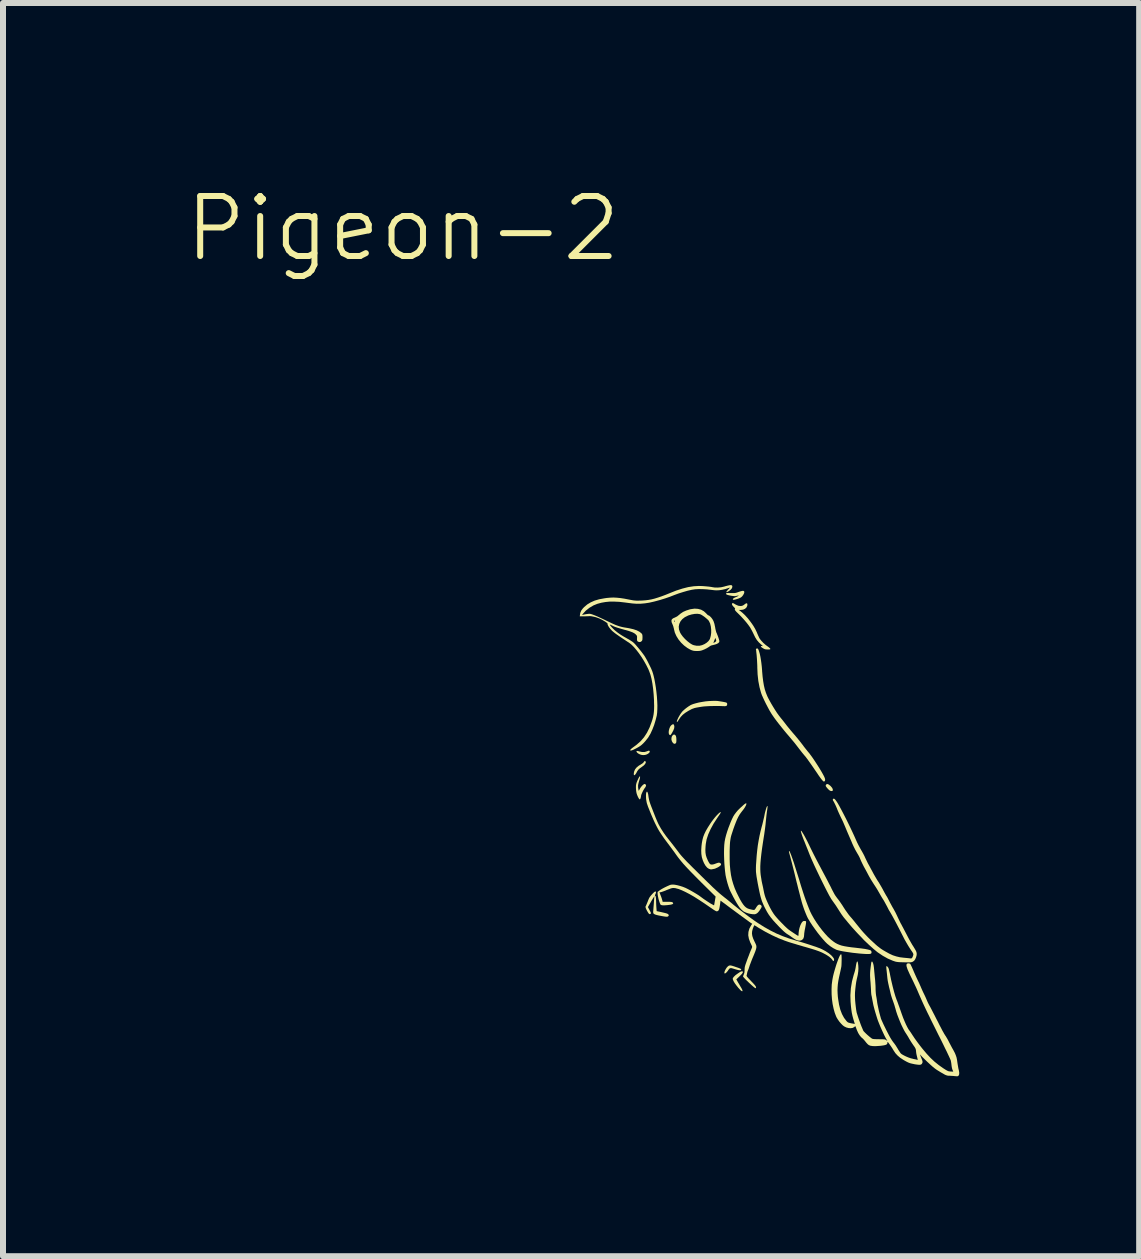
<source format=kicad_pcb>
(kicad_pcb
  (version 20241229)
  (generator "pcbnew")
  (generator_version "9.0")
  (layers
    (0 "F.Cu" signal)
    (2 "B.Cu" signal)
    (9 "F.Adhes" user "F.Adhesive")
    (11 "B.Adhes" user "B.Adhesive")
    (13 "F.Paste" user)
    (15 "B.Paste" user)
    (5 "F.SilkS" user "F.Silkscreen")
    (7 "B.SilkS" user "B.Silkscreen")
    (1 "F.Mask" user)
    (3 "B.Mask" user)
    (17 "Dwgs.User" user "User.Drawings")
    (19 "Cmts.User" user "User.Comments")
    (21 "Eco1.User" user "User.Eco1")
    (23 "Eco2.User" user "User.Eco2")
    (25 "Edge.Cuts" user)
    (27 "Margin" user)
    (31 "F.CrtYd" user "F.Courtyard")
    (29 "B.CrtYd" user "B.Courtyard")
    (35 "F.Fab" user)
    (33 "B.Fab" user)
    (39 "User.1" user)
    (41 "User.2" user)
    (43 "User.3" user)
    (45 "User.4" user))
  (footprint "Pigeon-2"
    (layer "F.Cu")
    (at 10.019 10.286)
    (property "Reference" "Pigeon-2" (at -6.35 -9.525 0) (unlocked yes) (layer "F.SilkS") (effects (font (size 1 1) (thickness 0.1))))
    (attr smd)
    (fp_poly (pts (xy 0.711 -0.26) (xy 0.702 -0.248) (xy 0.698 -0.237) (xy 0.701 -0.226) (xy 0.711 -0.212) (xy 0.715 -0.206) (xy 0.732 -0.186) (xy 0.75 -0.168) (xy 0.756 -0.162) (xy 0.776 -0.15) (xy 0.795 -0.146) (xy 0.81 -0.148) (xy 0.817 -0.158) (xy 0.816 -0.179) (xy 0.803 -0.203) (xy 0.78 -0.23) (xy 0.773 -0.236) (xy 0.747 -0.256) (xy 0.727 -0.264)) (stroke (width 0) (type solid)) (fill yes) (layer "F.SilkS"))
    (fp_poly (pts (xy -1.847 -1.261) (xy -1.861 -1.255) (xy -1.864 -1.253) (xy -1.881 -1.239) (xy -1.896 -1.218) (xy -1.907 -1.192) (xy -1.915 -1.164) (xy -1.919 -1.137) (xy -1.919 -1.112) (xy -1.913 -1.092) (xy -1.903 -1.081) (xy -1.893 -1.078) (xy -1.887 -1.083) (xy -1.876 -1.097) (xy -1.866 -1.113) (xy -1.843 -1.155) (xy -1.829 -1.19) (xy -1.825 -1.219) (xy -1.829 -1.243) (xy -1.841 -1.262)) (stroke (width 0) (type solid)) (fill yes) (layer "F.SilkS"))
    (fp_poly (pts (xy -1.843 -1.084) (xy -1.849 -1.08) (xy -1.865 -1.061) (xy -1.873 -1.034) (xy -1.874 -1.005) (xy -1.866 -0.976) (xy -1.851 -0.952) (xy -1.85 -0.951) (xy -1.836 -0.938) (xy -1.826 -0.934) (xy -1.815 -0.936) (xy -1.811 -0.937) (xy -1.801 -0.943) (xy -1.795 -0.953) (xy -1.792 -0.971) (xy -1.791 -0.998) (xy -1.791 -1) (xy -1.793 -1.036) (xy -1.798 -1.061) (xy -1.808 -1.078) (xy -1.818 -1.085) (xy -1.83 -1.089)) (stroke (width 0) (type solid)) (fill yes) (layer "F.SilkS"))
    (fp_poly (pts (xy -2.263 -0.817) (xy -2.279 -0.81) (xy -2.318 -0.798) (xy -2.362 -0.797) (xy -2.406 -0.806) (xy -2.428 -0.812) (xy -2.446 -0.815) (xy -2.454 -0.814) (xy -2.454 -0.814) (xy -2.457 -0.804) (xy -2.449 -0.791) (xy -2.434 -0.777) (xy -2.413 -0.764) (xy -2.389 -0.754) (xy -2.367 -0.748) (xy -2.342 -0.746) (xy -2.317 -0.748) (xy -2.311 -0.749) (xy -2.283 -0.758) (xy -2.26 -0.771) (xy -2.243 -0.786) (xy -2.235 -0.801) (xy -2.237 -0.814) (xy -2.247 -0.82)) (stroke (width 0) (type solid)) (fill yes) (layer "F.SilkS"))
    (fp_poly (pts (xy -2.329 -0.64) (xy -2.333 -0.632) (xy -2.344 -0.618) (xy -2.363 -0.603) (xy -2.373 -0.597) (xy -2.42 -0.568) (xy -2.455 -0.539) (xy -2.48 -0.508) (xy -2.495 -0.473) (xy -2.499 -0.455) (xy -2.502 -0.428) (xy -2.498 -0.413) (xy -2.49 -0.41) (xy -2.479 -0.419) (xy -2.464 -0.439) (xy -2.459 -0.448) (xy -2.442 -0.48) (xy -2.424 -0.504) (xy -2.401 -0.525) (xy -2.371 -0.546) (xy -2.369 -0.548) (xy -2.335 -0.573) (xy -2.313 -0.597) (xy -2.302 -0.619) (xy -2.301 -0.63) (xy -2.308 -0.644) (xy -2.318 -0.647)) (stroke (width 0) (type solid)) (fill yes) (layer "F.SilkS"))
    (fp_poly (pts (xy -0.712 2.862) (xy -0.735 2.874) (xy -0.765 2.894) (xy -0.805 2.923) (xy -0.832 2.949) (xy -0.848 2.97) (xy -0.852 2.984) (xy -0.847 3.003) (xy -0.835 3.029) (xy -0.816 3.06) (xy -0.791 3.094) (xy -0.763 3.129) (xy -0.763 3.13) (xy -0.736 3.159) (xy -0.717 3.179) (xy -0.703 3.189) (xy -0.694 3.192) (xy -0.69 3.189) (xy -0.689 3.177) (xy -0.697 3.158) (xy -0.71 3.134) (xy -0.72 3.118) (xy -0.734 3.094) (xy -0.75 3.066) (xy -0.759 3.052) (xy -0.792 2.994) (xy -0.735 2.939) (xy -0.707 2.911) (xy -0.69 2.89) (xy -0.682 2.874) (xy -0.683 2.865) (xy -0.694 2.859) (xy -0.698 2.859)) (stroke (width 0) (type solid)) (fill yes) (layer "F.SilkS"))
    (fp_poly (pts (xy -0.905 2.762) (xy -0.916 2.766) (xy -0.919 2.767) (xy -0.935 2.779) (xy -0.953 2.799) (xy -0.969 2.824) (xy -0.982 2.849) (xy -0.99 2.872) (xy -0.991 2.879) (xy -0.989 2.893) (xy -0.982 2.896) (xy -0.969 2.889) (xy -0.962 2.884) (xy -0.95 2.871) (xy -0.934 2.852) (xy -0.925 2.838) (xy -0.913 2.821) (xy -0.901 2.81) (xy -0.888 2.806) (xy -0.87 2.807) (xy -0.845 2.814) (xy -0.823 2.821) (xy -0.782 2.833) (xy -0.752 2.84) (xy -0.732 2.842) (xy -0.718 2.84) (xy -0.714 2.836) (xy -0.71 2.83) (xy -0.711 2.824) (xy -0.719 2.818) (xy -0.734 2.811) (xy -0.759 2.801) (xy -0.792 2.79) (xy -0.83 2.777) (xy -0.858 2.768) (xy -0.878 2.763) (xy -0.893 2.761)) (stroke (width 0) (type solid)) (fill yes) (layer "F.SilkS"))
    (fp_poly (pts (xy -0.701 -3.482) (xy -0.73 -3.474) (xy -0.754 -3.466) (xy -0.779 -3.457) (xy -0.799 -3.451) (xy -0.818 -3.448) (xy -0.841 -3.447) (xy -0.872 -3.447) (xy -0.885 -3.447) (xy -0.917 -3.448) (xy -0.939 -3.448) (xy -0.953 -3.447) (xy -0.96 -3.444) (xy -0.963 -3.439) (xy -0.963 -3.438) (xy -0.961 -3.429) (xy -0.952 -3.422) (xy -0.933 -3.415) (xy -0.904 -3.408) (xy -0.873 -3.402) (xy -0.844 -3.398) (xy -0.822 -3.396) (xy -0.803 -3.397) (xy -0.783 -3.402) (xy -0.782 -3.402) (xy -0.761 -3.406) (xy -0.753 -3.406) (xy -0.756 -3.401) (xy -0.771 -3.393) (xy -0.797 -3.381) (xy -0.799 -3.38) (xy -0.827 -3.367) (xy -0.844 -3.356) (xy -0.85 -3.347) (xy -0.849 -3.341) (xy -0.845 -3.337) (xy -0.839 -3.335) (xy -0.828 -3.336) (xy -0.809 -3.34) (xy -0.784 -3.347) (xy -0.756 -3.356) (xy -0.73 -3.367) (xy -0.713 -3.376) (xy -0.695 -3.392) (xy -0.679 -3.413) (xy -0.666 -3.436) (xy -0.659 -3.457) (xy -0.66 -3.472) (xy -0.66 -3.474) (xy -0.668 -3.482) (xy -0.681 -3.485)) (stroke (width 0) (type solid)) (fill yes) (layer "F.SilkS"))
    (fp_poly (pts (xy -2.411 -0.381) (xy -2.424 -0.358) (xy -2.44 -0.323) (xy -2.442 -0.319) (xy -2.454 -0.289) (xy -2.461 -0.265) (xy -2.465 -0.242) (xy -2.466 -0.214) (xy -2.466 -0.211) (xy -2.465 -0.18) (xy -2.462 -0.149) (xy -2.458 -0.124) (xy -2.458 -0.124) (xy -2.452 -0.099) (xy -2.442 -0.072) (xy -2.431 -0.047) (xy -2.419 -0.025) (xy -2.409 -0.011) (xy -2.403 -0.007) (xy -2.395 -0.012) (xy -2.388 -0.027) (xy -2.387 -0.031) (xy -2.382 -0.051) (xy -2.38 -0.068) (xy -2.38 -0.069) (xy -2.377 -0.083) (xy -2.368 -0.105) (xy -2.357 -0.13) (xy -2.344 -0.156) (xy -2.331 -0.178) (xy -2.324 -0.189) (xy -2.307 -0.212) (xy -2.299 -0.23) (xy -2.297 -0.243) (xy -2.3 -0.251) (xy -2.312 -0.262) (xy -2.322 -0.265) (xy -2.335 -0.259) (xy -2.352 -0.246) (xy -2.371 -0.226) (xy -2.388 -0.204) (xy -2.402 -0.181) (xy -2.403 -0.179) (xy -2.411 -0.163) (xy -2.418 -0.153) (xy -2.419 -0.152) (xy -2.422 -0.158) (xy -2.425 -0.174) (xy -2.428 -0.197) (xy -2.429 -0.2) (xy -2.43 -0.224) (xy -2.43 -0.243) (xy -2.426 -0.264) (xy -2.42 -0.289) (xy -2.412 -0.316) (xy -2.401 -0.353) (xy -2.397 -0.377) (xy -2.397 -0.39) (xy -2.402 -0.392)) (stroke (width 0) (type solid)) (fill yes) (layer "F.SilkS"))
    (fp_poly (pts (xy -1.222 -1.648) (xy -1.246 -1.647) (xy -1.302 -1.642) (xy -1.359 -1.633) (xy -1.415 -1.623) (xy -1.467 -1.61) (xy -1.512 -1.597) (xy -1.547 -1.583) (xy -1.558 -1.577) (xy -1.596 -1.553) (xy -1.634 -1.525) (xy -1.667 -1.497) (xy -1.694 -1.471) (xy -1.701 -1.462) (xy -1.723 -1.432) (xy -1.742 -1.401) (xy -1.759 -1.371) (xy -1.772 -1.343) (xy -1.781 -1.321) (xy -1.784 -1.305) (xy -1.782 -1.297) (xy -1.779 -1.297) (xy -1.774 -1.302) (xy -1.763 -1.316) (xy -1.751 -1.336) (xy -1.748 -1.34) (xy -1.719 -1.382) (xy -1.685 -1.418) (xy -1.643 -1.451) (xy -1.592 -1.483) (xy -1.583 -1.488) (xy -1.556 -1.502) (xy -1.534 -1.514) (xy -1.512 -1.522) (xy -1.49 -1.53) (xy -1.464 -1.536) (xy -1.432 -1.542) (xy -1.39 -1.549) (xy -1.371 -1.552) (xy -1.334 -1.557) (xy -1.288 -1.56) (xy -1.234 -1.563) (xy -1.177 -1.564) (xy -1.119 -1.565) (xy -1.062 -1.564) (xy -1.012 -1.562) (xy -1.009 -1.562) (xy -0.979 -1.561) (xy -0.959 -1.566) (xy -0.948 -1.575) (xy -0.944 -1.592) (xy -0.944 -1.594) (xy -0.945 -1.604) (xy -0.947 -1.611) (xy -0.952 -1.617) (xy -0.962 -1.623) (xy -0.979 -1.627) (xy -1.003 -1.632) (xy -1.037 -1.638) (xy -1.082 -1.645) (xy -1.102 -1.648) (xy -1.132 -1.65) (xy -1.172 -1.65)) (stroke (width 0) (type solid)) (fill yes) (layer "F.SilkS"))
    (fp_poly (pts (xy -1.064 0.209) (xy -1.08 0.221) (xy -1.1 0.24) (xy -1.124 0.265) (xy -1.15 0.295) (xy -1.176 0.328) (xy -1.203 0.364) (xy -1.228 0.4) (xy -1.268 0.463) (xy -1.3 0.518) (xy -1.325 0.57) (xy -1.344 0.619) (xy -1.357 0.669) (xy -1.367 0.723) (xy -1.373 0.774) (xy -1.377 0.842) (xy -1.375 0.902) (xy -1.367 0.956) (xy -1.351 1.008) (xy -1.331 1.055) (xy -1.306 1.098) (xy -1.278 1.131) (xy -1.248 1.151) (xy -1.217 1.16) (xy -1.202 1.159) (xy -1.148 1.148) (xy -1.1 1.126) (xy -1.088 1.119) (xy -1.062 1.101) (xy -1.048 1.085) (xy -1.046 1.072) (xy -1.054 1.059) (xy -1.057 1.057) (xy -1.071 1.049) (xy -1.09 1.048) (xy -1.114 1.055) (xy -1.141 1.065) (xy -1.166 1.074) (xy -1.191 1.079) (xy -1.197 1.079) (xy -1.213 1.079) (xy -1.226 1.074) (xy -1.238 1.062) (xy -1.25 1.043) (xy -1.266 1.013) (xy -1.268 1.008) (xy -1.286 0.966) (xy -1.299 0.925) (xy -1.306 0.882) (xy -1.308 0.834) (xy -1.305 0.777) (xy -1.301 0.736) (xy -1.287 0.658) (xy -1.26 0.576) (xy -1.221 0.489) (xy -1.171 0.397) (xy -1.111 0.305) (xy -1.091 0.275) (xy -1.073 0.249) (xy -1.06 0.228) (xy -1.052 0.215) (xy -1.05 0.211) (xy -1.054 0.205)) (stroke (width 0) (type solid)) (fill yes) (layer "F.SilkS"))
    (fp_poly (pts (xy -0.864 -3.272) (xy -0.865 -3.263) (xy -0.86 -3.247) (xy -0.845 -3.227) (xy -0.835 -3.217) (xy -0.821 -3.202) (xy -0.813 -3.19) (xy -0.812 -3.185) (xy -0.818 -3.178) (xy -0.816 -3.168) (xy -0.807 -3.153) (xy -0.788 -3.132) (xy -0.76 -3.105) (xy -0.759 -3.104) (xy -0.715 -3.06) (xy -0.67 -3.011) (xy -0.626 -2.96) (xy -0.588 -2.911) (xy -0.563 -2.876) (xy -0.548 -2.85) (xy -0.53 -2.817) (xy -0.513 -2.783) (xy -0.504 -2.764) (xy -0.477 -2.709) (xy -0.449 -2.664) (xy -0.417 -2.626) (xy -0.382 -2.593) (xy -0.362 -2.577) (xy -0.353 -2.567) (xy -0.351 -2.563) (xy -0.357 -2.563) (xy -0.362 -2.564) (xy -0.377 -2.565) (xy -0.383 -2.56) (xy -0.378 -2.55) (xy -0.364 -2.538) (xy -0.347 -2.527) (xy -0.325 -2.515) (xy -0.305 -2.509) (xy -0.28 -2.507) (xy -0.267 -2.507) (xy -0.243 -2.507) (xy -0.23 -2.509) (xy -0.225 -2.513) (xy -0.225 -2.518) (xy -0.231 -2.527) (xy -0.246 -2.54) (xy -0.266 -2.556) (xy -0.273 -2.56) (xy -0.307 -2.586) (xy -0.342 -2.617) (xy -0.373 -2.65) (xy -0.398 -2.681) (xy -0.41 -2.701) (xy -0.418 -2.719) (xy -0.43 -2.745) (xy -0.443 -2.775) (xy -0.451 -2.795) (xy -0.477 -2.849) (xy -0.512 -2.908) (xy -0.553 -2.966) (xy -0.597 -3.023) (xy -0.644 -3.075) (xy -0.69 -3.119) (xy -0.723 -3.146) (xy -0.75 -3.166) (xy -0.717 -3.166) (xy -0.679 -3.171) (xy -0.647 -3.185) (xy -0.623 -3.207) (xy -0.61 -3.234) (xy -0.607 -3.254) (xy -0.61 -3.272) (xy -0.62 -3.278) (xy -0.635 -3.273) (xy -0.65 -3.262) (xy -0.681 -3.24) (xy -0.713 -3.231) (xy -0.748 -3.234) (xy -0.76 -3.237) (xy -0.785 -3.247) (xy -0.809 -3.259) (xy -0.818 -3.265) (xy -0.841 -3.278) (xy -0.856 -3.28)) (stroke (width 0) (type solid)) (fill yes) (layer "F.SilkS"))
    (fp_poly (pts (xy -2.153 1.533) (xy -2.168 1.545) (xy -2.186 1.563) (xy -2.205 1.584) (xy -2.223 1.605) (xy -2.236 1.623) (xy -2.239 1.627) (xy -2.248 1.644) (xy -2.259 1.669) (xy -2.27 1.698) (xy -2.274 1.707) (xy -2.284 1.732) (xy -2.293 1.753) (xy -2.299 1.767) (xy -2.301 1.769) (xy -2.306 1.78) (xy -2.305 1.796) (xy -2.297 1.818) (xy -2.283 1.846) (xy -2.266 1.876) (xy -2.253 1.895) (xy -2.242 1.905) (xy -2.232 1.906) (xy -2.224 1.902) (xy -2.218 1.897) (xy -2.216 1.891) (xy -2.218 1.881) (xy -2.225 1.865) (xy -2.238 1.841) (xy -2.238 1.84) (xy -2.266 1.788) (xy -2.222 1.712) (xy -2.205 1.682) (xy -2.189 1.656) (xy -2.175 1.633) (xy -2.164 1.617) (xy -2.157 1.607) (xy -2.156 1.607) (xy -2.157 1.611) (xy -2.159 1.619) (xy -2.161 1.639) (xy -2.163 1.667) (xy -2.166 1.7) (xy -2.167 1.723) (xy -2.17 1.762) (xy -2.173 1.798) (xy -2.175 1.828) (xy -2.177 1.85) (xy -2.178 1.857) (xy -2.178 1.876) (xy -2.175 1.892) (xy -2.164 1.903) (xy -2.146 1.912) (xy -2.117 1.921) (xy -2.082 1.929) (xy -2.034 1.938) (xy -1.999 1.944) (xy -1.972 1.948) (xy -1.953 1.949) (xy -1.94 1.948) (xy -1.932 1.945) (xy -1.928 1.942) (xy -1.918 1.929) (xy -1.92 1.918) (xy -1.927 1.909) (xy -1.934 1.903) (xy -1.945 1.898) (xy -1.961 1.892) (xy -1.985 1.886) (xy -2.019 1.878) (xy -2.053 1.87) (xy -2.12 1.856) (xy -2.124 1.807) (xy -2.126 1.776) (xy -2.128 1.739) (xy -2.129 1.703) (xy -2.129 1.697) (xy -2.131 1.654) (xy -2.134 1.624) (xy -2.139 1.605) (xy -2.145 1.599) (xy -2.147 1.599) (xy -2.15 1.595) (xy -2.145 1.582) (xy -2.141 1.574) (xy -2.132 1.551) (xy -2.132 1.535) (xy -2.14 1.528) (xy -2.144 1.528)) (stroke (width 0) (type solid)) (fill yes) (layer "F.SilkS"))
    (fp_poly (pts (xy 0.085 0.857) (xy 0.087 0.87) (xy 0.092 0.894) (xy 0.102 0.929) (xy 0.105 0.94) (xy 0.112 0.967) (xy 0.122 1.005) (xy 0.134 1.05) (xy 0.147 1.102) (xy 0.161 1.157) (xy 0.175 1.213) (xy 0.181 1.237) (xy 0.198 1.308) (xy 0.213 1.37) (xy 0.227 1.424) (xy 0.239 1.474) (xy 0.252 1.523) (xy 0.265 1.574) (xy 0.279 1.629) (xy 0.296 1.692) (xy 0.296 1.694) (xy 0.31 1.741) (xy 0.327 1.793) (xy 0.346 1.846) (xy 0.366 1.896) (xy 0.385 1.941) (xy 0.403 1.978) (xy 0.407 1.984) (xy 0.439 2.038) (xy 0.477 2.096) (xy 0.519 2.155) (xy 0.562 2.214) (xy 0.607 2.271) (xy 0.65 2.322) (xy 0.69 2.367) (xy 0.726 2.402) (xy 0.729 2.404) (xy 0.776 2.442) (xy 0.824 2.473) (xy 0.871 2.497) (xy 0.88 2.501) (xy 0.908 2.509) (xy 0.945 2.518) (xy 0.99 2.527) (xy 1.04 2.535) (xy 1.095 2.543) (xy 1.151 2.551) (xy 1.208 2.557) (xy 1.263 2.563) (xy 1.314 2.567) (xy 1.36 2.57) (xy 1.399 2.571) (xy 1.429 2.57) (xy 1.447 2.567) (xy 1.449 2.566) (xy 1.46 2.557) (xy 1.463 2.54) (xy 1.458 2.521) (xy 1.449 2.511) (xy 1.429 2.503) (xy 1.397 2.495) (xy 1.353 2.486) (xy 1.295 2.478) (xy 1.225 2.47) (xy 1.202 2.467) (xy 1.128 2.459) (xy 1.065 2.45) (xy 1.012 2.441) (xy 0.967 2.431) (xy 0.928 2.418) (xy 0.892 2.403) (xy 0.859 2.385) (xy 0.827 2.363) (xy 0.793 2.337) (xy 0.78 2.326) (xy 0.736 2.285) (xy 0.689 2.234) (xy 0.64 2.176) (xy 0.592 2.113) (xy 0.546 2.048) (xy 0.504 1.982) (xy 0.468 1.919) (xy 0.441 1.865) (xy 0.421 1.817) (xy 0.398 1.759) (xy 0.373 1.693) (xy 0.348 1.623) (xy 0.324 1.551) (xy 0.301 1.479) (xy 0.286 1.432) (xy 0.252 1.318) (xy 0.22 1.217) (xy 0.192 1.128) (xy 0.168 1.051) (xy 0.146 0.987) (xy 0.128 0.936) (xy 0.113 0.897) (xy 0.102 0.871) (xy 0.094 0.857) (xy 0.094 0.857) (xy 0.088 0.853)) (stroke (width 0) (type solid)) (fill yes) (layer "F.SilkS"))
    (fp_poly (pts (xy -0.647 0.066) (xy -0.669 0.083) (xy -0.684 0.097) (xy -0.727 0.136) (xy -0.763 0.171) (xy -0.793 0.206) (xy -0.819 0.24) (xy -0.843 0.278) (xy -0.864 0.321) (xy -0.886 0.371) (xy -0.909 0.431) (xy -0.922 0.464) (xy -0.945 0.531) (xy -0.963 0.59) (xy -0.977 0.645) (xy -0.987 0.698) (xy -0.993 0.753) (xy -0.996 0.814) (xy -0.997 0.884) (xy -0.997 0.893) (xy -0.996 0.945) (xy -0.994 1.004) (xy -0.991 1.064) (xy -0.986 1.124) (xy -0.981 1.179) (xy -0.975 1.227) (xy -0.971 1.258) (xy -0.962 1.3) (xy -0.951 1.346) (xy -0.938 1.394) (xy -0.924 1.439) (xy -0.911 1.477) (xy -0.905 1.493) (xy -0.894 1.518) (xy -0.878 1.55) (xy -0.86 1.585) (xy -0.845 1.615) (xy -0.812 1.675) (xy -0.783 1.725) (xy -0.758 1.765) (xy -0.736 1.797) (xy -0.715 1.822) (xy -0.694 1.842) (xy -0.673 1.859) (xy -0.659 1.867) (xy -0.629 1.881) (xy -0.594 1.893) (xy -0.556 1.902) (xy -0.52 1.907) (xy -0.489 1.908) (xy -0.472 1.905) (xy -0.453 1.896) (xy -0.437 1.884) (xy -0.422 1.868) (xy -0.405 1.846) (xy -0.39 1.823) (xy -0.377 1.802) (xy -0.37 1.785) (xy -0.369 1.78) (xy -0.375 1.762) (xy -0.39 1.75) (xy -0.406 1.746) (xy -0.422 1.75) (xy -0.438 1.763) (xy -0.456 1.787) (xy -0.464 1.801) (xy -0.476 1.819) (xy -0.487 1.832) (xy -0.492 1.835) (xy -0.504 1.836) (xy -0.525 1.833) (xy -0.551 1.827) (xy -0.576 1.821) (xy -0.598 1.813) (xy -0.607 1.809) (xy -0.631 1.794) (xy -0.655 1.772) (xy -0.678 1.744) (xy -0.703 1.707) (xy -0.73 1.66) (xy -0.759 1.603) (xy -0.788 1.545) (xy -0.819 1.473) (xy -0.844 1.401) (xy -0.865 1.329) (xy -0.881 1.253) (xy -0.892 1.172) (xy -0.9 1.084) (xy -0.903 0.987) (xy -0.903 0.88) (xy -0.903 0.852) (xy -0.901 0.793) (xy -0.899 0.744) (xy -0.896 0.702) (xy -0.891 0.666) (xy -0.885 0.63) (xy -0.876 0.594) (xy -0.863 0.554) (xy -0.848 0.508) (xy -0.842 0.489) (xy -0.819 0.425) (xy -0.798 0.371) (xy -0.779 0.325) (xy -0.76 0.286) (xy -0.741 0.252) (xy -0.719 0.22) (xy -0.695 0.188) (xy -0.689 0.181) (xy -0.666 0.151) (xy -0.647 0.122) (xy -0.633 0.096) (xy -0.625 0.075) (xy -0.624 0.061) (xy -0.626 0.058) (xy -0.633 0.058)) (stroke (width 0) (type solid)) (fill yes) (layer "F.SilkS"))
    (fp_poly (pts (xy -0.459 -2.52) (xy -0.465 -2.512) (xy -0.465 -2.507) (xy -0.462 -2.498) (xy -0.46 -2.477) (xy -0.457 -2.448) (xy -0.453 -2.413) (xy -0.45 -2.373) (xy -0.447 -2.332) (xy -0.445 -2.291) (xy -0.443 -2.253) (xy -0.442 -2.22) (xy -0.442 -2.201) (xy -0.437 -2.09) (xy -0.425 -1.981) (xy -0.405 -1.877) (xy -0.379 -1.783) (xy -0.365 -1.745) (xy -0.345 -1.7) (xy -0.321 -1.648) (xy -0.294 -1.594) (xy -0.265 -1.539) (xy -0.237 -1.487) (xy -0.209 -1.441) (xy -0.204 -1.432) (xy -0.182 -1.4) (xy -0.154 -1.36) (xy -0.12 -1.314) (xy -0.081 -1.264) (xy -0.039 -1.211) (xy 0.003 -1.159) (xy 0.046 -1.107) (xy 0.053 -1.099) (xy 0.095 -1.05) (xy 0.129 -1.009) (xy 0.158 -0.975) (xy 0.182 -0.946) (xy 0.203 -0.919) (xy 0.223 -0.893) (xy 0.243 -0.867) (xy 0.256 -0.85) (xy 0.281 -0.818) (xy 0.306 -0.786) (xy 0.33 -0.757) (xy 0.349 -0.734) (xy 0.349 -0.734) (xy 0.359 -0.723) (xy 0.369 -0.71) (xy 0.381 -0.694) (xy 0.395 -0.676) (xy 0.411 -0.653) (xy 0.431 -0.625) (xy 0.456 -0.59) (xy 0.485 -0.548) (xy 0.519 -0.498) (xy 0.561 -0.437) (xy 0.578 -0.411) (xy 0.607 -0.37) (xy 0.63 -0.34) (xy 0.648 -0.319) (xy 0.661 -0.308) (xy 0.669 -0.304) (xy 0.677 -0.308) (xy 0.682 -0.312) (xy 0.688 -0.323) (xy 0.689 -0.337) (xy 0.685 -0.357) (xy 0.675 -0.383) (xy 0.658 -0.416) (xy 0.634 -0.459) (xy 0.62 -0.483) (xy 0.591 -0.531) (xy 0.56 -0.58) (xy 0.528 -0.629) (xy 0.497 -0.676) (xy 0.468 -0.718) (xy 0.442 -0.753) (xy 0.422 -0.78) (xy 0.418 -0.784) (xy 0.401 -0.804) (xy 0.379 -0.832) (xy 0.354 -0.863) (xy 0.329 -0.895) (xy 0.324 -0.903) (xy 0.293 -0.943) (xy 0.266 -0.978) (xy 0.24 -1.01) (xy 0.212 -1.044) (xy 0.18 -1.082) (xy 0.141 -1.127) (xy 0.14 -1.128) (xy 0.113 -1.16) (xy 0.082 -1.198) (xy 0.051 -1.236) (xy 0.025 -1.27) (xy 0.001 -1.301) (xy -0.023 -1.331) (xy -0.044 -1.357) (xy -0.059 -1.376) (xy -0.062 -1.379) (xy -0.086 -1.411) (xy -0.115 -1.451) (xy -0.146 -1.499) (xy -0.177 -1.549) (xy -0.208 -1.601) (xy -0.236 -1.651) (xy -0.26 -1.696) (xy -0.275 -1.727) (xy -0.298 -1.783) (xy -0.317 -1.842) (xy -0.332 -1.906) (xy -0.344 -1.977) (xy -0.354 -2.057) (xy -0.362 -2.148) (xy -0.362 -2.155) (xy -0.367 -2.218) (xy -0.374 -2.279) (xy -0.382 -2.336) (xy -0.391 -2.389) (xy -0.401 -2.435) (xy -0.412 -2.473) (xy -0.422 -2.502) (xy -0.433 -2.519) (xy -0.437 -2.523) (xy -0.448 -2.524)) (stroke (width 0) (type solid)) (fill yes) (layer "F.SilkS"))
    (fp_poly (pts (xy -0.282 0.112) (xy -0.29 0.13) (xy -0.298 0.156) (xy -0.307 0.188) (xy -0.316 0.223) (xy -0.32 0.243) (xy -0.327 0.279) (xy -0.337 0.322) (xy -0.348 0.37) (xy -0.36 0.419) (xy -0.369 0.45) (xy -0.389 0.529) (xy -0.406 0.605) (xy -0.42 0.679) (xy -0.433 0.756) (xy -0.443 0.837) (xy -0.452 0.925) (xy -0.459 1.023) (xy -0.461 1.052) (xy -0.464 1.096) (xy -0.465 1.134) (xy -0.465 1.169) (xy -0.464 1.202) (xy -0.46 1.237) (xy -0.455 1.277) (xy -0.447 1.323) (xy -0.437 1.38) (xy -0.435 1.392) (xy -0.421 1.463) (xy -0.409 1.522) (xy -0.398 1.573) (xy -0.387 1.616) (xy -0.376 1.654) (xy -0.365 1.689) (xy -0.351 1.723) (xy -0.336 1.758) (xy -0.318 1.796) (xy -0.308 1.815) (xy -0.281 1.866) (xy -0.252 1.913) (xy -0.218 1.96) (xy -0.179 2.008) (xy -0.131 2.061) (xy -0.122 2.07) (xy -0.076 2.119) (xy -0.036 2.159) (xy -0.003 2.191) (xy 0.025 2.215) (xy 0.05 2.234) (xy 0.066 2.244) (xy 0.082 2.254) (xy 0.106 2.27) (xy 0.132 2.289) (xy 0.142 2.296) (xy 0.186 2.325) (xy 0.223 2.342) (xy 0.257 2.348) (xy 0.286 2.344) (xy 0.303 2.336) (xy 0.324 2.316) (xy 0.335 2.286) (xy 0.339 2.25) (xy 0.34 2.23) (xy 0.344 2.202) (xy 0.349 2.17) (xy 0.353 2.153) (xy 0.359 2.121) (xy 0.365 2.09) (xy 0.369 2.065) (xy 0.37 2.056) (xy 0.372 2.037) (xy 0.37 2.027) (xy 0.363 2.022) (xy 0.355 2.02) (xy 0.331 2.02) (xy 0.32 2.025) (xy 0.304 2.04) (xy 0.288 2.066) (xy 0.273 2.1) (xy 0.261 2.138) (xy 0.252 2.179) (xy 0.247 2.219) (xy 0.246 2.236) (xy 0.245 2.255) (xy 0.242 2.267) (xy 0.24 2.269) (xy 0.233 2.265) (xy 0.217 2.256) (xy 0.194 2.241) (xy 0.165 2.222) (xy 0.144 2.208) (xy 0.11 2.185) (xy 0.082 2.165) (xy 0.057 2.144) (xy 0.032 2.121) (xy 0.004 2.094) (xy -0.029 2.06) (xy -0.044 2.045) (xy -0.085 2.002) (xy -0.118 1.965) (xy -0.146 1.932) (xy -0.169 1.901) (xy -0.189 1.87) (xy -0.209 1.836) (xy -0.23 1.797) (xy -0.247 1.763) (xy -0.271 1.712) (xy -0.29 1.669) (xy -0.305 1.632) (xy -0.317 1.595) (xy -0.327 1.557) (xy -0.336 1.513) (xy -0.339 1.498) (xy -0.346 1.462) (xy -0.354 1.426) (xy -0.361 1.395) (xy -0.365 1.376) (xy -0.37 1.352) (xy -0.375 1.319) (xy -0.381 1.282) (xy -0.386 1.25) (xy -0.39 1.206) (xy -0.392 1.158) (xy -0.392 1.105) (xy -0.389 1.046) (xy -0.383 0.98) (xy -0.375 0.905) (xy -0.364 0.82) (xy -0.35 0.725) (xy -0.335 0.628) (xy -0.327 0.578) (xy -0.32 0.528) (xy -0.313 0.48) (xy -0.308 0.437) (xy -0.304 0.403) (xy -0.303 0.39) (xy -0.295 0.313) (xy -0.288 0.247) (xy -0.281 0.193) (xy -0.275 0.154) (xy -0.272 0.131) (xy -0.271 0.113) (xy -0.271 0.105) (xy -0.276 0.103)) (stroke (width 0) (type solid)) (fill yes) (layer "F.SilkS"))
    (fp_poly (pts (xy -1.55 -3.179) (xy -1.565 -3.176) (xy -1.628 -3.156) (xy -1.68 -3.133) (xy -1.723 -3.104) (xy -1.743 -3.087) (xy -1.779 -3.058) (xy -1.813 -3.041) (xy -1.815 -3.04) (xy -1.847 -3.026) (xy -1.867 -3.009) (xy -1.874 -2.987) (xy -1.87 -2.959) (xy -1.858 -2.932) (xy -1.844 -2.896) (xy -1.833 -2.855) (xy -1.831 -2.844) (xy -1.817 -2.788) (xy -1.791 -2.73) (xy -1.756 -2.674) (xy -1.713 -2.621) (xy -1.663 -2.573) (xy -1.608 -2.532) (xy -1.566 -2.508) (xy -1.541 -2.496) (xy -1.52 -2.489) (xy -1.499 -2.484) (xy -1.472 -2.482) (xy -1.457 -2.482) (xy -1.424 -2.482) (xy -1.398 -2.484) (xy -1.375 -2.489) (xy -1.354 -2.496) (xy -1.322 -2.509) (xy -1.288 -2.526) (xy -1.256 -2.545) (xy -1.231 -2.562) (xy -1.227 -2.565) (xy -1.214 -2.572) (xy -1.194 -2.578) (xy -1.183 -2.58) (xy -1.151 -2.588) (xy -1.121 -2.598) (xy -1.096 -2.611) (xy -1.081 -2.625) (xy -1.078 -2.629) (xy -1.075 -2.64) (xy -1.076 -2.652) (xy -1.127 -2.652) (xy -1.131 -2.643) (xy -1.144 -2.632) (xy -1.148 -2.629) (xy -1.163 -2.62) (xy -1.172 -2.615) (xy -1.173 -2.615) (xy -1.172 -2.621) (xy -1.167 -2.637) (xy -1.159 -2.658) (xy -1.157 -2.662) (xy -1.148 -2.683) (xy -1.141 -2.695) (xy -1.138 -2.696) (xy -1.137 -2.695) (xy -1.134 -2.679) (xy -1.129 -2.664) (xy -1.127 -2.652) (xy -1.076 -2.652) (xy -1.076 -2.654) (xy -1.081 -2.674) (xy -1.09 -2.702) (xy -1.1 -2.731) (xy -1.111 -2.758) (xy -1.119 -2.779) (xy -1.122 -2.783) (xy -1.128 -2.8) (xy -1.135 -2.826) (xy -1.138 -2.839) (xy -1.211 -2.839) (xy -1.211 -2.785) (xy -1.218 -2.733) (xy -1.231 -2.687) (xy -1.238 -2.672) (xy -1.257 -2.646) (xy -1.286 -2.62) (xy -1.322 -2.597) (xy -1.363 -2.579) (xy -1.406 -2.569) (xy -1.454 -2.569) (xy -1.5 -2.578) (xy -1.527 -2.588) (xy -1.566 -2.612) (xy -1.607 -2.644) (xy -1.648 -2.682) (xy -1.685 -2.723) (xy -1.715 -2.764) (xy -1.732 -2.795) (xy -1.748 -2.842) (xy -1.752 -2.888) (xy -1.743 -2.933) (xy -1.723 -2.975) (xy -1.717 -2.983) (xy -1.819 -2.983) (xy -1.821 -2.972) (xy -1.825 -2.964) (xy -1.828 -2.968) (xy -1.829 -2.972) (xy -1.83 -2.984) (xy -1.828 -2.988) (xy -1.822 -2.99) (xy -1.819 -2.983) (xy -1.717 -2.983) (xy -1.692 -3.013) (xy -1.651 -3.045) (xy -1.599 -3.071) (xy -1.588 -3.076) (xy -1.537 -3.091) (xy -1.486 -3.1) (xy -1.439 -3.102) (xy -1.4 -3.096) (xy -1.398 -3.096) (xy -1.378 -3.087) (xy -1.352 -3.071) (xy -1.323 -3.051) (xy -1.295 -3.028) (xy -1.27 -3.006) (xy -1.252 -2.987) (xy -1.248 -2.98) (xy -1.229 -2.94) (xy -1.217 -2.892) (xy -1.211 -2.839) (xy -1.138 -2.839) (xy -1.142 -2.857) (xy -1.145 -2.877) (xy -1.157 -2.934) (xy -1.172 -2.979) (xy -1.176 -2.987) (xy -1.19 -3.012) (xy -1.208 -3.036) (xy -1.227 -3.056) (xy -1.245 -3.071) (xy -1.258 -3.076) (xy -1.267 -3.081) (xy -1.28 -3.093) (xy -1.294 -3.108) (xy -1.333 -3.144) (xy -1.379 -3.17) (xy -1.431 -3.184) (xy -1.488 -3.188)) (stroke (width 0) (type solid)) (fill yes) (layer "F.SilkS"))
    (fp_poly (pts (xy -0.901 -3.579) (xy -0.93 -3.573) (xy -0.97 -3.563) (xy -0.993 -3.556) (xy -1.046 -3.544) (xy -1.1 -3.539) (xy -1.152 -3.54) (xy -1.186 -3.545) (xy -1.213 -3.55) (xy -1.25 -3.555) (xy -1.292 -3.559) (xy -1.336 -3.563) (xy -1.378 -3.565) (xy -1.415 -3.566) (xy -1.417 -3.566) (xy -1.502 -3.561) (xy -1.594 -3.547) (xy -1.692 -3.522) (xy -1.797 -3.488) (xy -1.89 -3.451) (xy -1.969 -3.419) (xy -2.038 -3.393) (xy -2.1 -3.372) (xy -2.155 -3.355) (xy -2.207 -3.342) (xy -2.257 -3.333) (xy -2.307 -3.327) (xy -2.359 -3.323) (xy -2.383 -3.322) (xy -2.424 -3.321) (xy -2.456 -3.321) (xy -2.483 -3.323) (xy -2.512 -3.326) (xy -2.544 -3.332) (xy -2.581 -3.339) (xy -2.658 -3.354) (xy -2.724 -3.364) (xy -2.784 -3.37) (xy -2.84 -3.373) (xy -2.894 -3.371) (xy -2.95 -3.366) (xy -2.991 -3.36) (xy -3.078 -3.344) (xy -3.153 -3.322) (xy -3.219 -3.293) (xy -3.277 -3.258) (xy -3.329 -3.214) (xy -3.35 -3.192) (xy -3.378 -3.155) (xy -3.394 -3.116) (xy -3.4 -3.076) (xy -3.402 -3.059) (xy -3.339 -3.06) (xy -3.307 -3.06) (xy -3.275 -3.061) (xy -3.25 -3.062) (xy -3.243 -3.063) (xy -3.214 -3.062) (xy -3.177 -3.055) (xy -3.135 -3.045) (xy -3.093 -3.03) (xy -3.08 -3.025) (xy -3.055 -3.014) (xy -3.027 -3) (xy -3 -2.984) (xy -2.975 -2.969) (xy -2.955 -2.955) (xy -2.942 -2.944) (xy -2.939 -2.938) (xy -2.938 -2.923) (xy -2.929 -2.902) (xy -2.913 -2.876) (xy -2.891 -2.848) (xy -2.867 -2.822) (xy -2.853 -2.809) (xy -2.838 -2.797) (xy -2.821 -2.783) (xy -2.8 -2.767) (xy -2.774 -2.749) (xy -2.743 -2.727) (xy -2.703 -2.7) (xy -2.656 -2.669) (xy -2.599 -2.631) (xy -2.582 -2.621) (xy -2.544 -2.591) (xy -2.503 -2.551) (xy -2.46 -2.501) (xy -2.416 -2.444) (xy -2.373 -2.382) (xy -2.332 -2.316) (xy -2.294 -2.249) (xy -2.26 -2.181) (xy -2.245 -2.145) (xy -2.224 -2.087) (xy -2.206 -2.018) (xy -2.191 -1.938) (xy -2.179 -1.85) (xy -2.17 -1.756) (xy -2.164 -1.655) (xy -2.164 -1.63) (xy -2.162 -1.567) (xy -2.163 -1.514) (xy -2.166 -1.468) (xy -2.171 -1.426) (xy -2.179 -1.385) (xy -2.19 -1.342) (xy -2.202 -1.305) (xy -2.238 -1.207) (xy -2.281 -1.12) (xy -2.331 -1.043) (xy -2.388 -0.977) (xy -2.454 -0.919) (xy -2.467 -0.909) (xy -2.505 -0.881) (xy -2.533 -0.86) (xy -2.551 -0.844) (xy -2.56 -0.833) (xy -2.561 -0.826) (xy -2.561 -0.826) (xy -2.555 -0.821) (xy -2.545 -0.822) (xy -2.528 -0.827) (xy -2.504 -0.837) (xy -2.47 -0.854) (xy -2.462 -0.858) (xy -2.426 -0.878) (xy -2.397 -0.896) (xy -2.372 -0.915) (xy -2.346 -0.939) (xy -2.34 -0.945) (xy -2.314 -0.973) (xy -2.287 -1.006) (xy -2.263 -1.036) (xy -2.256 -1.048) (xy -2.222 -1.105) (xy -2.191 -1.173) (xy -2.162 -1.248) (xy -2.138 -1.327) (xy -2.118 -1.406) (xy -2.112 -1.452) (xy -2.109 -1.509) (xy -2.108 -1.574) (xy -2.111 -1.646) (xy -2.116 -1.721) (xy -2.124 -1.798) (xy -2.134 -1.875) (xy -2.146 -1.949) (xy -2.159 -2.018) (xy -2.174 -2.081) (xy -2.19 -2.134) (xy -2.199 -2.157) (xy -2.213 -2.191) (xy -2.232 -2.23) (xy -2.253 -2.272) (xy -2.274 -2.314) (xy -2.295 -2.352) (xy -2.313 -2.383) (xy -2.322 -2.398) (xy -2.342 -2.426) (xy -2.367 -2.459) (xy -2.395 -2.495) (xy -2.424 -2.53) (xy -2.452 -2.563) (xy -2.477 -2.592) (xy -2.497 -2.613) (xy -2.509 -2.624) (xy -2.526 -2.637) (xy -2.552 -2.654) (xy -2.582 -2.673) (xy -2.615 -2.691) (xy -2.618 -2.693) (xy -2.668 -2.721) (xy -2.709 -2.746) (xy -2.744 -2.769) (xy -2.774 -2.791) (xy -2.804 -2.815) (xy -2.818 -2.826) (xy -2.84 -2.847) (xy -2.862 -2.869) (xy -2.88 -2.889) (xy -2.893 -2.906) (xy -2.9 -2.918) (xy -2.9 -2.922) (xy -2.893 -2.92) (xy -2.878 -2.914) (xy -2.861 -2.905) (xy -2.845 -2.897) (xy -2.828 -2.889) (xy -2.807 -2.881) (xy -2.781 -2.872) (xy -2.748 -2.862) (xy -2.707 -2.85) (xy -2.655 -2.835) (xy -2.638 -2.831) (xy -2.589 -2.817) (xy -2.552 -2.804) (xy -2.523 -2.793) (xy -2.5 -2.781) (xy -2.481 -2.769) (xy -2.467 -2.756) (xy -2.456 -2.744) (xy -2.449 -2.733) (xy -2.447 -2.719) (xy -2.447 -2.696) (xy -2.448 -2.694) (xy -2.448 -2.67) (xy -2.446 -2.656) (xy -2.441 -2.646) (xy -2.433 -2.639) (xy -2.411 -2.63) (xy -2.389 -2.633) (xy -2.37 -2.646) (xy -2.363 -2.656) (xy -2.358 -2.669) (xy -2.357 -2.69) (xy -2.356 -2.708) (xy -2.357 -2.734) (xy -2.359 -2.751) (xy -2.364 -2.763) (xy -2.373 -2.775) (xy -2.376 -2.778) (xy -2.408 -2.803) (xy -2.453 -2.826) (xy -2.51 -2.845) (xy -2.58 -2.861) (xy -2.614 -2.867) (xy -2.652 -2.873) (xy -2.684 -2.879) (xy -2.714 -2.886) (xy -2.743 -2.894) (xy -2.772 -2.904) (xy -2.805 -2.916) (xy -2.842 -2.932) (xy -2.885 -2.952) (xy -2.937 -2.977) (xy -2.985 -3) (xy -3.055 -3.033) (xy -3.114 -3.06) (xy -3.163 -3.08) (xy -3.201 -3.094) (xy -3.228 -3.101) (xy -3.239 -3.102) (xy -3.258 -3.101) (xy -3.282 -3.098) (xy -3.314 -3.093) (xy -3.35 -3.085) (xy -3.36 -3.084) (xy -3.361 -3.087) (xy -3.354 -3.097) (xy -3.302 -3.154) (xy -3.241 -3.202) (xy -3.173 -3.242) (xy -3.109 -3.268) (xy -3.043 -3.286) (xy -2.975 -3.298) (xy -2.904 -3.305) (xy -2.826 -3.305) (xy -2.741 -3.301) (xy -2.647 -3.29) (xy -2.601 -3.284) (xy -2.523 -3.274) (xy -2.452 -3.269) (xy -2.385 -3.27) (xy -2.316 -3.276) (xy -2.244 -3.287) (xy -2.165 -3.305) (xy -2.142 -3.311) (xy -2.064 -3.332) (xy -1.98 -3.358) (xy -1.896 -3.387) (xy -1.827 -3.414) (xy -1.757 -3.44) (xy -1.681 -3.464) (xy -1.605 -3.486) (xy -1.535 -3.502) (xy -1.529 -3.503) (xy -1.478 -3.511) (xy -1.418 -3.514) (xy -1.351 -3.513) (xy -1.282 -3.509) (xy -1.229 -3.503) (xy -1.194 -3.499) (xy -1.16 -3.495) (xy -1.131 -3.493) (xy -1.115 -3.493) (xy -1.075 -3.495) (xy -1.028 -3.502) (xy -0.98 -3.513) (xy -0.942 -3.525) (xy -0.921 -3.532) (xy -0.905 -3.537) (xy -0.899 -3.539) (xy -0.901 -3.535) (xy -0.911 -3.523) (xy -0.926 -3.507) (xy -0.93 -3.503) (xy -0.949 -3.482) (xy -0.958 -3.468) (xy -0.956 -3.462) (xy -0.944 -3.465) (xy -0.923 -3.476) (xy -0.917 -3.48) (xy -0.886 -3.503) (xy -0.867 -3.525) (xy -0.859 -3.547) (xy -0.858 -3.553) (xy -0.86 -3.567) (xy -0.867 -3.576) (xy -0.88 -3.58)) (stroke (width 0) (type solid)) (fill yes) (layer "F.SilkS"))
    (fp_poly (pts (xy 0.821 -0.015) (xy 0.816 -0.002) (xy 0.82 0.012) (xy 0.821 0.012) (xy 0.834 0.033) (xy 0.849 0.063) (xy 0.866 0.098) (xy 0.882 0.135) (xy 0.891 0.158) (xy 0.903 0.187) (xy 0.919 0.223) (xy 0.937 0.262) (xy 0.953 0.296) (xy 0.972 0.334) (xy 0.991 0.375) (xy 1.008 0.415) (xy 1.021 0.445) (xy 1.035 0.479) (xy 1.052 0.52) (xy 1.07 0.562) (xy 1.083 0.592) (xy 1.099 0.629) (xy 1.116 0.668) (xy 1.132 0.705) (xy 1.142 0.73) (xy 1.164 0.778) (xy 1.191 0.832) (xy 1.222 0.887) (xy 1.242 0.92) (xy 1.251 0.937) (xy 1.264 0.962) (xy 1.276 0.99) (xy 1.281 1.003) (xy 1.295 1.034) (xy 1.313 1.071) (xy 1.332 1.109) (xy 1.344 1.131) (xy 1.364 1.167) (xy 1.386 1.208) (xy 1.406 1.246) (xy 1.416 1.265) (xy 1.434 1.297) (xy 1.456 1.335) (xy 1.48 1.373) (xy 1.502 1.408) (xy 1.524 1.441) (xy 1.547 1.477) (xy 1.567 1.51) (xy 1.582 1.537) (xy 1.583 1.538) (xy 1.6 1.568) (xy 1.62 1.603) (xy 1.641 1.638) (xy 1.649 1.65) (xy 1.67 1.684) (xy 1.692 1.724) (xy 1.712 1.761) (xy 1.718 1.772) (xy 1.733 1.801) (xy 1.747 1.829) (xy 1.759 1.85) (xy 1.765 1.859) (xy 1.785 1.893) (xy 1.81 1.937) (xy 1.84 1.992) (xy 1.873 2.054) (xy 1.91 2.125) (xy 1.949 2.201) (xy 1.985 2.272) (xy 2.013 2.327) (xy 2.044 2.382) (xy 2.074 2.433) (xy 2.101 2.476) (xy 2.105 2.482) (xy 2.127 2.515) (xy 2.143 2.538) (xy 2.153 2.555) (xy 2.158 2.567) (xy 2.16 2.577) (xy 2.159 2.586) (xy 2.158 2.59) (xy 2.151 2.611) (xy 2.142 2.63) (xy 2.142 2.63) (xy 2.133 2.641) (xy 2.122 2.645) (xy 2.104 2.644) (xy 2.103 2.643) (xy 2.085 2.641) (xy 2.057 2.638) (xy 2.025 2.635) (xy 2.003 2.633) (xy 1.936 2.625) (xy 1.876 2.611) (xy 1.817 2.592) (xy 1.757 2.564) (xy 1.694 2.529) (xy 1.653 2.505) (xy 1.619 2.483) (xy 1.589 2.46) (xy 1.558 2.436) (xy 1.524 2.406) (xy 1.494 2.378) (xy 1.447 2.335) (xy 1.405 2.294) (xy 1.366 2.253) (xy 1.327 2.211) (xy 1.287 2.165) (xy 1.244 2.112) (xy 1.195 2.052) (xy 1.19 2.045) (xy 1.165 2.014) (xy 1.136 1.979) (xy 1.108 1.947) (xy 1.098 1.935) (xy 1.077 1.909) (xy 1.053 1.875) (xy 1.027 1.839) (xy 1.003 1.802) (xy 0.999 1.796) (xy 0.977 1.761) (xy 0.954 1.727) (xy 0.933 1.696) (xy 0.915 1.672) (xy 0.912 1.667) (xy 0.891 1.641) (xy 0.875 1.619) (xy 0.86 1.598) (xy 0.846 1.576) (xy 0.832 1.55) (xy 0.815 1.518) (xy 0.794 1.477) (xy 0.789 1.465) (xy 0.772 1.432) (xy 0.75 1.39) (xy 0.725 1.341) (xy 0.696 1.286) (xy 0.666 1.23) (xy 0.636 1.173) (xy 0.614 1.131) (xy 0.584 1.075) (xy 0.553 1.016) (xy 0.523 0.958) (xy 0.495 0.903) (xy 0.47 0.853) (xy 0.449 0.81) (xy 0.437 0.785) (xy 0.414 0.737) (xy 0.391 0.69) (xy 0.368 0.646) (xy 0.347 0.606) (xy 0.327 0.571) (xy 0.31 0.544) (xy 0.297 0.524) (xy 0.288 0.515) (xy 0.285 0.514) (xy 0.284 0.524) (xy 0.289 0.545) (xy 0.299 0.578) (xy 0.315 0.623) (xy 0.337 0.68) (xy 0.341 0.688) (xy 0.358 0.731) (xy 0.377 0.779) (xy 0.396 0.826) (xy 0.411 0.864) (xy 0.432 0.918) (xy 0.454 0.971) (xy 0.478 1.025) (xy 0.504 1.083) (xy 0.533 1.145) (xy 0.566 1.214) (xy 0.603 1.291) (xy 0.646 1.378) (xy 0.653 1.392) (xy 0.686 1.458) (xy 0.714 1.513) (xy 0.738 1.559) (xy 0.758 1.597) (xy 0.776 1.628) (xy 0.791 1.654) (xy 0.806 1.675) (xy 0.819 1.694) (xy 0.822 1.698) (xy 0.844 1.729) (xy 0.87 1.766) (xy 0.895 1.805) (xy 0.918 1.841) (xy 0.939 1.874) (xy 0.961 1.908) (xy 0.982 1.937) (xy 0.998 1.959) (xy 1 1.961) (xy 1.018 1.983) (xy 1.041 2.01) (xy 1.066 2.041) (xy 1.088 2.067) (xy 1.114 2.098) (xy 1.146 2.135) (xy 1.179 2.171) (xy 1.208 2.203) (xy 1.236 2.233) (xy 1.265 2.263) (xy 1.292 2.291) (xy 1.313 2.313) (xy 1.315 2.316) (xy 1.344 2.346) (xy 1.38 2.38) (xy 1.419 2.417) (xy 1.459 2.453) (xy 1.497 2.487) (xy 1.532 2.516) (xy 1.56 2.539) (xy 1.564 2.542) (xy 1.65 2.6) (xy 1.734 2.647) (xy 1.815 2.682) (xy 1.844 2.692) (xy 1.863 2.698) (xy 1.883 2.702) (xy 1.906 2.705) (xy 1.935 2.707) (xy 1.972 2.708) (xy 2.009 2.709) (xy 2.053 2.71) (xy 2.086 2.71) (xy 2.11 2.709) (xy 2.127 2.707) (xy 2.139 2.704) (xy 2.148 2.7) (xy 2.149 2.7) (xy 2.173 2.683) (xy 2.19 2.659) (xy 2.205 2.626) (xy 2.207 2.618) (xy 2.214 2.592) (xy 2.216 2.569) (xy 2.213 2.546) (xy 2.204 2.52) (xy 2.187 2.49) (xy 2.164 2.452) (xy 2.161 2.447) (xy 2.141 2.416) (xy 2.118 2.376) (xy 2.093 2.332) (xy 2.069 2.287) (xy 2.051 2.252) (xy 2.03 2.212) (xy 2.009 2.172) (xy 1.99 2.135) (xy 1.973 2.104) (xy 1.962 2.082) (xy 1.947 2.056) (xy 1.93 2.021) (xy 1.912 1.984) (xy 1.897 1.952) (xy 1.88 1.916) (xy 1.861 1.877) (xy 1.842 1.842) (xy 1.829 1.818) (xy 1.81 1.786) (xy 1.79 1.749) (xy 1.77 1.712) (xy 1.764 1.7) (xy 1.748 1.669) (xy 1.731 1.636) (xy 1.715 1.608) (xy 1.708 1.598) (xy 1.695 1.575) (xy 1.678 1.545) (xy 1.66 1.512) (xy 1.647 1.487) (xy 1.627 1.451) (xy 1.604 1.412) (xy 1.582 1.375) (xy 1.569 1.356) (xy 1.549 1.324) (xy 1.526 1.285) (xy 1.504 1.247) (xy 1.492 1.225) (xy 1.473 1.189) (xy 1.451 1.149) (xy 1.431 1.111) (xy 1.42 1.091) (xy 1.401 1.057) (xy 1.382 1.018) (xy 1.364 0.981) (xy 1.358 0.968) (xy 1.344 0.937) (xy 1.325 0.9) (xy 1.304 0.862) (xy 1.287 0.833) (xy 1.267 0.797) (xy 1.244 0.754) (xy 1.222 0.71) (xy 1.205 0.672) (xy 1.174 0.602) (xy 1.143 0.535) (xy 1.111 0.467) (xy 1.077 0.397) (xy 1.04 0.322) (xy 0.998 0.24) (xy 0.955 0.158) (xy 0.925 0.102) (xy 0.899 0.057) (xy 0.877 0.023) (xy 0.859 -0.001) (xy 0.845 -0.015) (xy 0.833 -0.02) (xy 0.832 -0.02)) (stroke (width 0) (type solid)) (fill yes) (layer "F.SilkS"))
    (fp_poly (pts (xy -2.29 -0.128) (xy -2.296 -0.108) (xy -2.298 -0.081) (xy -2.298 -0.048) (xy -2.296 -0.011) (xy -2.29 0.025) (xy -2.284 0.056) (xy -2.276 0.079) (xy -2.265 0.112) (xy -2.249 0.152) (xy -2.231 0.197) (xy -2.211 0.246) (xy -2.19 0.295) (xy -2.169 0.343) (xy -2.149 0.386) (xy -2.142 0.4) (xy -2.121 0.442) (xy -2.1 0.482) (xy -2.078 0.52) (xy -2.053 0.559) (xy -2.024 0.602) (xy -1.99 0.651) (xy -1.948 0.707) (xy -1.94 0.718) (xy -1.909 0.759) (xy -1.878 0.801) (xy -1.848 0.842) (xy -1.82 0.88) (xy -1.799 0.91) (xy -1.794 0.917) (xy -1.767 0.954) (xy -1.739 0.99) (xy -1.709 1.027) (xy -1.677 1.065) (xy -1.64 1.106) (xy -1.598 1.151) (xy -1.55 1.201) (xy -1.495 1.257) (xy -1.433 1.32) (xy -1.372 1.381) (xy -1.137 1.613) (xy -1.147 1.671) (xy -1.152 1.699) (xy -1.156 1.724) (xy -1.159 1.741) (xy -1.16 1.745) (xy -1.163 1.76) (xy -1.191 1.745) (xy -1.219 1.73) (xy -1.254 1.708) (xy -1.295 1.681) (xy -1.338 1.652) (xy -1.38 1.621) (xy -1.384 1.618) (xy -1.417 1.594) (xy -1.46 1.567) (xy -1.507 1.539) (xy -1.556 1.511) (xy -1.603 1.486) (xy -1.644 1.466) (xy -1.645 1.466) (xy -1.685 1.45) (xy -1.729 1.436) (xy -1.774 1.424) (xy -1.815 1.416) (xy -1.844 1.413) (xy -1.862 1.413) (xy -1.877 1.415) (xy -1.893 1.418) (xy -1.912 1.426) (xy -1.937 1.437) (xy -1.971 1.453) (xy -2.003 1.469) (xy -2.032 1.485) (xy -2.055 1.499) (xy -2.07 1.509) (xy -2.072 1.511) (xy -2.085 1.522) (xy -2.094 1.528) (xy -2.095 1.528) (xy -2.102 1.533) (xy -2.105 1.548) (xy -2.103 1.575) (xy -2.102 1.588) (xy -2.096 1.619) (xy -2.089 1.653) (xy -2.08 1.685) (xy -2.07 1.714) (xy -2.061 1.737) (xy -2.053 1.75) (xy -2.051 1.751) (xy -2.039 1.756) (xy -2.018 1.759) (xy -1.988 1.759) (xy -1.947 1.756) (xy -1.921 1.753) (xy -1.884 1.748) (xy -1.859 1.741) (xy -1.847 1.733) (xy -1.845 1.723) (xy -1.854 1.71) (xy -1.862 1.706) (xy -1.874 1.703) (xy -1.894 1.701) (xy -1.924 1.7) (xy -1.943 1.7) (xy -2.021 1.7) (xy -2.025 1.678) (xy -2.03 1.663) (xy -2.037 1.639) (xy -2.047 1.611) (xy -2.052 1.599) (xy -2.074 1.541) (xy -2.056 1.541) (xy -2.044 1.538) (xy -2.022 1.531) (xy -1.994 1.521) (xy -1.963 1.509) (xy -1.96 1.507) (xy -1.919 1.491) (xy -1.888 1.479) (xy -1.864 1.472) (xy -1.843 1.47) (xy -1.823 1.471) (xy -1.802 1.474) (xy -1.8 1.475) (xy -1.752 1.488) (xy -1.699 1.509) (xy -1.639 1.537) (xy -1.572 1.572) (xy -1.497 1.615) (xy -1.415 1.667) (xy -1.324 1.727) (xy -1.224 1.796) (xy -1.206 1.808) (xy -1.179 1.827) (xy -1.154 1.843) (xy -1.134 1.854) (xy -1.123 1.859) (xy -1.122 1.859) (xy -1.106 1.857) (xy -1.094 1.85) (xy -1.084 1.837) (xy -1.076 1.815) (xy -1.07 1.784) (xy -1.063 1.741) (xy -1.063 1.738) (xy -1.055 1.68) (xy -1.025 1.703) (xy -0.982 1.734) (xy -0.936 1.769) (xy -0.887 1.806) (xy -0.836 1.843) (xy -0.785 1.881) (xy -0.735 1.918) (xy -0.688 1.952) (xy -0.644 1.984) (xy -0.607 2.011) (xy -0.576 2.034) (xy -0.553 2.05) (xy -0.542 2.057) (xy -0.527 2.067) (xy -0.547 2.097) (xy -0.575 2.149) (xy -0.59 2.203) (xy -0.593 2.259) (xy -0.582 2.318) (xy -0.559 2.38) (xy -0.551 2.396) (xy -0.54 2.419) (xy -0.531 2.439) (xy -0.528 2.45) (xy -0.528 2.451) (xy -0.53 2.462) (xy -0.537 2.48) (xy -0.547 2.503) (xy -0.548 2.505) (xy -0.557 2.526) (xy -0.569 2.556) (xy -0.582 2.592) (xy -0.597 2.63) (xy -0.612 2.67) (xy -0.625 2.707) (xy -0.637 2.74) (xy -0.645 2.766) (xy -0.649 2.781) (xy -0.652 2.798) (xy -0.654 2.822) (xy -0.654 2.843) (xy -0.657 2.882) (xy -0.667 2.911) (xy -0.667 2.911) (xy -0.675 2.929) (xy -0.679 2.942) (xy -0.68 2.945) (xy -0.675 2.953) (xy -0.662 2.968) (xy -0.643 2.989) (xy -0.619 3.013) (xy -0.592 3.039) (xy -0.564 3.065) (xy -0.537 3.09) (xy -0.512 3.112) (xy -0.491 3.129) (xy -0.477 3.139) (xy -0.471 3.142) (xy -0.466 3.137) (xy -0.464 3.132) (xy -0.463 3.124) (xy -0.467 3.113) (xy -0.477 3.098) (xy -0.493 3.078) (xy -0.517 3.052) (xy -0.55 3.018) (xy -0.554 3.013) (xy -0.582 2.984) (xy -0.601 2.963) (xy -0.613 2.948) (xy -0.62 2.937) (xy -0.621 2.93) (xy -0.62 2.927) (xy -0.616 2.911) (xy -0.612 2.891) (xy -0.612 2.89) (xy -0.607 2.868) (xy -0.599 2.847) (xy -0.592 2.831) (xy -0.583 2.807) (xy -0.575 2.781) (xy -0.574 2.779) (xy -0.567 2.756) (xy -0.555 2.725) (xy -0.541 2.688) (xy -0.525 2.647) (xy -0.509 2.61) (xy -0.489 2.561) (xy -0.474 2.523) (xy -0.464 2.492) (xy -0.458 2.467) (xy -0.457 2.446) (xy -0.46 2.426) (xy -0.468 2.406) (xy -0.479 2.382) (xy -0.486 2.368) (xy -0.51 2.316) (xy -0.525 2.271) (xy -0.531 2.23) (xy -0.528 2.19) (xy -0.517 2.149) (xy -0.506 2.121) (xy -0.491 2.09) (xy -0.416 2.137) (xy -0.313 2.197) (xy -0.204 2.254) (xy -0.094 2.305) (xy 0.015 2.348) (xy 0.078 2.37) (xy 0.103 2.378) (xy 0.139 2.389) (xy 0.183 2.402) (xy 0.232 2.417) (xy 0.284 2.432) (xy 0.337 2.448) (xy 0.346 2.45) (xy 0.408 2.468) (xy 0.459 2.483) (xy 0.501 2.496) (xy 0.535 2.507) (xy 0.563 2.517) (xy 0.588 2.526) (xy 0.61 2.535) (xy 0.631 2.544) (xy 0.654 2.555) (xy 0.669 2.563) (xy 0.716 2.589) (xy 0.757 2.616) (xy 0.788 2.643) (xy 0.809 2.668) (xy 0.81 2.67) (xy 0.819 2.684) (xy 0.826 2.688) (xy 0.833 2.684) (xy 0.833 2.683) (xy 0.839 2.669) (xy 0.835 2.648) (xy 0.819 2.624) (xy 0.794 2.596) (xy 0.79 2.592) (xy 0.748 2.557) (xy 0.696 2.523) (xy 0.636 2.491) (xy 0.603 2.476) (xy 0.575 2.466) (xy 0.538 2.452) (xy 0.492 2.437) (xy 0.439 2.419) (xy 0.383 2.401) (xy 0.326 2.383) (xy 0.268 2.366) (xy 0.213 2.35) (xy 0.209 2.349) (xy 0.091 2.313) (xy -0.019 2.273) (xy -0.123 2.229) (xy -0.225 2.178) (xy -0.328 2.12) (xy -0.434 2.053) (xy -0.468 2.03) (xy -0.503 2.006) (xy -0.544 1.976) (xy -0.59 1.943) (xy -0.638 1.907) (xy -0.687 1.87) (xy -0.734 1.834) (xy -0.777 1.8) (xy -0.814 1.77) (xy -0.844 1.746) (xy -0.852 1.739) (xy -0.879 1.716) (xy -0.912 1.689) (xy -0.945 1.662) (xy -0.96 1.65) (xy -0.99 1.627) (xy -1.017 1.605) (xy -1.043 1.584) (xy -1.069 1.562) (xy -1.095 1.539) (xy -1.123 1.514) (xy -1.153 1.486) (xy -1.187 1.455) (xy -1.224 1.418) (xy -1.267 1.377) (xy -1.317 1.328) (xy -1.373 1.273) (xy -1.437 1.21) (xy -1.473 1.174) (xy -1.527 1.121) (xy -1.572 1.075) (xy -1.611 1.037) (xy -1.643 1.003) (xy -1.67 0.974) (xy -1.694 0.948) (xy -1.715 0.924) (xy -1.734 0.901) (xy -1.753 0.876) (xy -1.77 0.853) (xy -1.8 0.814) (xy -1.832 0.772) (xy -1.864 0.731) (xy -1.893 0.694) (xy -1.909 0.675) (xy -1.962 0.607) (xy -2.01 0.54) (xy -2.051 0.475) (xy -2.084 0.416) (xy -2.092 0.4) (xy -2.106 0.37) (xy -2.122 0.333) (xy -2.14 0.29) (xy -2.158 0.244) (xy -2.177 0.196) (xy -2.195 0.149) (xy -2.212 0.106) (xy -2.226 0.068) (xy -2.236 0.038) (xy -2.243 0.017) (xy -2.243 0.016) (xy -2.249 -0.013) (xy -2.255 -0.044) (xy -2.257 -0.06) (xy -2.262 -0.093) (xy -2.269 -0.118) (xy -2.276 -0.133) (xy -2.283 -0.137)) (stroke (width 0) (type solid)) (fill yes) (layer "F.SilkS"))
    (fp_poly (pts (xy 0.946 2.579) (xy 0.935 2.596) (xy 0.923 2.621) (xy 0.909 2.655) (xy 0.894 2.696) (xy 0.878 2.741) (xy 0.863 2.789) (xy 0.848 2.839) (xy 0.834 2.889) (xy 0.822 2.938) (xy 0.813 2.983) (xy 0.809 3.006) (xy 0.799 3.081) (xy 0.796 3.16) (xy 0.797 3.243) (xy 0.803 3.326) (xy 0.814 3.406) (xy 0.83 3.482) (xy 0.849 3.551) (xy 0.872 3.611) (xy 0.882 3.632) (xy 0.903 3.666) (xy 0.928 3.701) (xy 0.956 3.733) (xy 0.983 3.76) (xy 1.005 3.777) (xy 1.041 3.795) (xy 1.078 3.805) (xy 1.115 3.808) (xy 1.147 3.803) (xy 1.172 3.79) (xy 1.177 3.786) (xy 1.188 3.776) (xy 1.193 3.776) (xy 1.197 3.782) (xy 1.219 3.841) (xy 1.241 3.889) (xy 1.264 3.926) (xy 1.288 3.956) (xy 1.311 3.976) (xy 1.324 3.988) (xy 1.341 4.007) (xy 1.36 4.03) (xy 1.362 4.033) (xy 1.38 4.055) (xy 1.399 4.075) (xy 1.415 4.088) (xy 1.416 4.089) (xy 1.443 4.1) (xy 1.482 4.106) (xy 1.531 4.107) (xy 1.592 4.103) (xy 1.617 4.101) (xy 1.659 4.095) (xy 1.689 4.089) (xy 1.71 4.081) (xy 1.722 4.071) (xy 1.727 4.057) (xy 1.728 4.047) (xy 1.729 4.038) (xy 1.731 4.036) (xy 1.737 4.041) (xy 1.748 4.055) (xy 1.763 4.076) (xy 1.784 4.106) (xy 1.807 4.14) (xy 1.827 4.174) (xy 1.831 4.18) (xy 1.861 4.225) (xy 1.896 4.263) (xy 1.938 4.299) (xy 1.989 4.333) (xy 2.002 4.341) (xy 2.041 4.363) (xy 2.073 4.379) (xy 2.104 4.391) (xy 2.136 4.399) (xy 2.174 4.407) (xy 2.182 4.409) (xy 2.224 4.415) (xy 2.255 4.418) (xy 2.277 4.417) (xy 2.292 4.411) (xy 2.303 4.4) (xy 2.31 4.386) (xy 2.313 4.376) (xy 2.313 4.365) (xy 2.31 4.35) (xy 2.302 4.328) (xy 2.294 4.309) (xy 2.282 4.278) (xy 2.275 4.257) (xy 2.274 4.248) (xy 2.279 4.251) (xy 2.287 4.262) (xy 2.295 4.272) (xy 2.311 4.289) (xy 2.334 4.311) (xy 2.361 4.338) (xy 2.392 4.368) (xy 2.403 4.378) (xy 2.446 4.418) (xy 2.482 4.45) (xy 2.514 4.476) (xy 2.544 4.498) (xy 2.574 4.517) (xy 2.576 4.518) (xy 2.618 4.544) (xy 2.652 4.563) (xy 2.677 4.578) (xy 2.697 4.588) (xy 2.714 4.594) (xy 2.728 4.598) (xy 2.743 4.6) (xy 2.759 4.6) (xy 2.759 4.6) (xy 2.789 4.602) (xy 2.825 4.604) (xy 2.853 4.607) (xy 2.878 4.609) (xy 2.895 4.609) (xy 2.905 4.606) (xy 2.912 4.6) (xy 2.914 4.599) (xy 2.923 4.58) (xy 2.925 4.552) (xy 2.92 4.517) (xy 2.916 4.501) (xy 2.911 4.481) (xy 2.906 4.452) (xy 2.9 4.418) (xy 2.895 4.386) (xy 2.888 4.336) (xy 2.88 4.296) (xy 2.868 4.26) (xy 2.853 4.223) (xy 2.832 4.183) (xy 2.824 4.168) (xy 2.804 4.133) (xy 2.783 4.093) (xy 2.763 4.055) (xy 2.756 4.042) (xy 2.74 4.01) (xy 2.723 3.979) (xy 2.707 3.953) (xy 2.701 3.942) (xy 2.69 3.927) (xy 2.681 3.912) (xy 2.671 3.896) (xy 2.661 3.877) (xy 2.648 3.855) (xy 2.634 3.828) (xy 2.617 3.795) (xy 2.595 3.754) (xy 2.57 3.703) (xy 2.541 3.648) (xy 2.517 3.6) (xy 2.493 3.554) (xy 2.472 3.513) (xy 2.454 3.478) (xy 2.439 3.45) (xy 2.429 3.432) (xy 2.425 3.426) (xy 2.417 3.41) (xy 2.404 3.385) (xy 2.391 3.356) (xy 2.383 3.337) (xy 2.368 3.302) (xy 2.351 3.265) (xy 2.335 3.232) (xy 2.329 3.22) (xy 2.314 3.188) (xy 2.298 3.152) (xy 2.284 3.12) (xy 2.284 3.119) (xy 2.271 3.09) (xy 2.256 3.055) (xy 2.239 3.021) (xy 2.233 3.008) (xy 2.219 2.979) (xy 2.202 2.942) (xy 2.184 2.902) (xy 2.166 2.861) (xy 2.161 2.848) (xy 2.146 2.814) (xy 2.132 2.783) (xy 2.12 2.758) (xy 2.112 2.742) (xy 2.109 2.737) (xy 2.094 2.728) (xy 2.075 2.726) (xy 2.058 2.73) (xy 2.053 2.733) (xy 2.047 2.742) (xy 2.045 2.755) (xy 2.046 2.773) (xy 2.053 2.797) (xy 2.063 2.827) (xy 2.08 2.865) (xy 2.101 2.912) (xy 2.129 2.969) (xy 2.143 2.998) (xy 2.163 3.039) (xy 2.183 3.082) (xy 2.202 3.122) (xy 2.218 3.157) (xy 2.227 3.178) (xy 2.248 3.227) (xy 2.268 3.273) (xy 2.288 3.318) (xy 2.307 3.361) (xy 2.327 3.405) (xy 2.348 3.45) (xy 2.371 3.499) (xy 2.396 3.551) (xy 2.425 3.609) (xy 2.456 3.674) (xy 2.492 3.746) (xy 2.532 3.826) (xy 2.577 3.917) (xy 2.6 3.962) (xy 2.632 4.026) (xy 2.662 4.087) (xy 2.69 4.145) (xy 2.716 4.197) (xy 2.738 4.244) (xy 2.756 4.282) (xy 2.77 4.313) (xy 2.779 4.334) (xy 2.783 4.342) (xy 2.788 4.367) (xy 2.793 4.397) (xy 2.796 4.425) (xy 2.8 4.454) (xy 2.806 4.482) (xy 2.813 4.503) (xy 2.826 4.532) (xy 2.781 4.53) (xy 2.764 4.528) (xy 2.749 4.526) (xy 2.735 4.521) (xy 2.719 4.513) (xy 2.698 4.501) (xy 2.67 4.483) (xy 2.651 4.471) (xy 2.58 4.42) (xy 2.512 4.365) (xy 2.446 4.303) (xy 2.381 4.233) (xy 2.313 4.152) (xy 2.293 4.127) (xy 2.262 4.087) (xy 2.231 4.046) (xy 2.202 4.006) (xy 2.177 3.971) (xy 2.158 3.942) (xy 2.151 3.932) (xy 2.133 3.904) (xy 2.116 3.878) (xy 2.102 3.858) (xy 2.094 3.847) (xy 2.077 3.823) (xy 2.058 3.788) (xy 2.036 3.744) (xy 2.013 3.691) (xy 1.989 3.633) (xy 1.966 3.57) (xy 1.943 3.504) (xy 1.933 3.476) (xy 1.925 3.452) (xy 1.913 3.42) (xy 1.9 3.383) (xy 1.886 3.346) (xy 1.883 3.34) (xy 1.86 3.275) (xy 1.837 3.197) (xy 1.814 3.108) (xy 1.791 3.01) (xy 1.774 2.928) (xy 1.767 2.891) (xy 1.759 2.857) (xy 1.753 2.83) (xy 1.747 2.811) (xy 1.745 2.805) (xy 1.734 2.788) (xy 1.722 2.776) (xy 1.713 2.773) (xy 1.71 2.774) (xy 1.709 2.78) (xy 1.709 2.795) (xy 1.711 2.821) (xy 1.715 2.857) (xy 1.72 2.904) (xy 1.726 2.964) (xy 1.728 2.983) (xy 1.733 3.018) (xy 1.741 3.059) (xy 1.75 3.099) (xy 1.754 3.119) (xy 1.763 3.153) (xy 1.771 3.187) (xy 1.778 3.217) (xy 1.781 3.231) (xy 1.787 3.254) (xy 1.796 3.284) (xy 1.807 3.318) (xy 1.818 3.348) (xy 1.831 3.385) (xy 1.844 3.423) (xy 1.854 3.459) (xy 1.861 3.481) (xy 1.874 3.529) (xy 1.892 3.583) (xy 1.914 3.64) (xy 1.937 3.698) (xy 1.961 3.754) (xy 1.986 3.805) (xy 2.009 3.85) (xy 2.03 3.885) (xy 2.035 3.892) (xy 2.053 3.92) (xy 2.073 3.952) (xy 2.088 3.979) (xy 2.103 4.004) (xy 2.122 4.035) (xy 2.144 4.068) (xy 2.158 4.089) (xy 2.178 4.117) (xy 2.191 4.138) (xy 2.198 4.154) (xy 2.202 4.168) (xy 2.204 4.183) (xy 2.204 4.185) (xy 2.206 4.206) (xy 2.21 4.235) (xy 2.217 4.266) (xy 2.22 4.278) (xy 2.227 4.307) (xy 2.231 4.325) (xy 2.232 4.334) (xy 2.229 4.337) (xy 2.225 4.336) (xy 2.214 4.332) (xy 2.194 4.327) (xy 2.167 4.322) (xy 2.152 4.318) (xy 2.115 4.309) (xy 2.075 4.295) (xy 2.035 4.278) (xy 1.999 4.26) (xy 1.969 4.243) (xy 1.95 4.228) (xy 1.94 4.214) (xy 1.926 4.193) (xy 1.909 4.167) (xy 1.9 4.151) (xy 1.882 4.122) (xy 1.864 4.093) (xy 1.847 4.07) (xy 1.841 4.061) (xy 1.824 4.04) (xy 1.805 4.013) (xy 1.789 3.988) (xy 1.771 3.958) (xy 1.751 3.921) (xy 1.729 3.879) (xy 1.706 3.834) (xy 1.684 3.789) (xy 1.663 3.746) (xy 1.645 3.706) (xy 1.63 3.673) (xy 1.62 3.649) (xy 1.618 3.641) (xy 1.606 3.598) (xy 1.593 3.55) (xy 1.581 3.5) (xy 1.571 3.452) (xy 1.562 3.409) (xy 1.556 3.375) (xy 1.556 3.37) (xy 1.551 3.335) (xy 1.545 3.297) (xy 1.539 3.265) (xy 1.535 3.235) (xy 1.532 3.198) (xy 1.53 3.16) (xy 1.53 3.14) (xy 1.529 3.101) (xy 1.526 3.056) (xy 1.523 3.011) (xy 1.52 2.983) (xy 1.516 2.943) (xy 1.512 2.9) (xy 1.508 2.859) (xy 1.506 2.834) (xy 1.502 2.794) (xy 1.497 2.759) (xy 1.49 2.73) (xy 1.482 2.71) (xy 1.475 2.698) (xy 1.468 2.696) (xy 1.461 2.704) (xy 1.456 2.725) (xy 1.456 2.729) (xy 1.448 2.789) (xy 1.442 2.84) (xy 1.439 2.884) (xy 1.438 2.925) (xy 1.44 2.966) (xy 1.442 3.002) (xy 1.446 3.044) (xy 1.449 3.092) (xy 1.452 3.137) (xy 1.454 3.171) (xy 1.455 3.202) (xy 1.457 3.228) (xy 1.459 3.247) (xy 1.46 3.254) (xy 1.462 3.262) (xy 1.466 3.28) (xy 1.471 3.307) (xy 1.477 3.339) (xy 1.48 3.354) (xy 1.487 3.391) (xy 1.494 3.426) (xy 1.503 3.461) (xy 1.513 3.499) (xy 1.525 3.541) (xy 1.54 3.591) (xy 1.559 3.652) (xy 1.559 3.652) (xy 1.571 3.686) (xy 1.588 3.729) (xy 1.608 3.778) (xy 1.63 3.828) (xy 1.653 3.878) (xy 1.675 3.925) (xy 1.695 3.964) (xy 1.704 3.98) (xy 1.727 4.021) (xy 1.707 4.007) (xy 1.699 4.001) (xy 1.689 3.997) (xy 1.677 3.994) (xy 1.658 3.993) (xy 1.632 3.992) (xy 1.596 3.992) (xy 1.586 3.991) (xy 1.544 3.991) (xy 1.514 3.99) (xy 1.493 3.988) (xy 1.479 3.985) (xy 1.469 3.981) (xy 1.469 3.981) (xy 1.448 3.965) (xy 1.423 3.945) (xy 1.396 3.922) (xy 1.37 3.898) (xy 1.348 3.876) (xy 1.332 3.859) (xy 1.326 3.851) (xy 1.319 3.835) (xy 1.308 3.809) (xy 1.294 3.776) (xy 1.279 3.737) (xy 1.264 3.695) (xy 1.249 3.654) (xy 1.236 3.615) (xy 1.225 3.58) (xy 1.216 3.553) (xy 1.213 3.539) (xy 1.206 3.499) (xy 1.2 3.45) (xy 1.194 3.398) (xy 1.189 3.345) (xy 1.187 3.297) (xy 1.186 3.264) (xy 1.187 3.213) (xy 1.192 3.155) (xy 1.199 3.094) (xy 1.207 3.037) (xy 1.217 2.987) (xy 1.219 2.98) (xy 1.233 2.918) (xy 1.241 2.863) (xy 1.244 2.814) (xy 1.242 2.766) (xy 1.241 2.759) (xy 1.237 2.724) (xy 1.232 2.702) (xy 1.226 2.694) (xy 1.22 2.698) (xy 1.213 2.715) (xy 1.206 2.745) (xy 1.199 2.788) (xy 1.199 2.791) (xy 1.194 2.817) (xy 1.186 2.852) (xy 1.175 2.889) (xy 1.166 2.917) (xy 1.137 3.026) (xy 1.118 3.141) (xy 1.11 3.259) (xy 1.113 3.366) (xy 1.119 3.438) (xy 1.126 3.499) (xy 1.134 3.553) (xy 1.145 3.603) (xy 1.158 3.652) (xy 1.161 3.662) (xy 1.184 3.737) (xy 1.163 3.733) (xy 1.127 3.727) (xy 1.1 3.721) (xy 1.082 3.716) (xy 1.068 3.71) (xy 1.057 3.701) (xy 1.046 3.69) (xy 1.043 3.686) (xy 1.004 3.635) (xy 0.97 3.572) (xy 0.942 3.499) (xy 0.921 3.415) (xy 0.906 3.322) (xy 0.901 3.284) (xy 0.897 3.227) (xy 0.895 3.175) (xy 0.897 3.124) (xy 0.901 3.073) (xy 0.909 3.019) (xy 0.921 2.957) (xy 0.937 2.887) (xy 0.939 2.877) (xy 0.948 2.836) (xy 0.955 2.803) (xy 0.96 2.775) (xy 0.962 2.747) (xy 0.963 2.715) (xy 0.964 2.676) (xy 0.964 2.637) (xy 0.963 2.61) (xy 0.962 2.592) (xy 0.96 2.581) (xy 0.957 2.576) (xy 0.953 2.575)) (stroke (width 0) (type solid)) (fill yes) (layer "F.SilkS")))
  (gr_rect
    (start -3 -3)
    (end 15.944 17.895)
    (stroke (width 0.1) (type default))
    (fill no)
    (layer "Edge.Cuts")))
</source>
